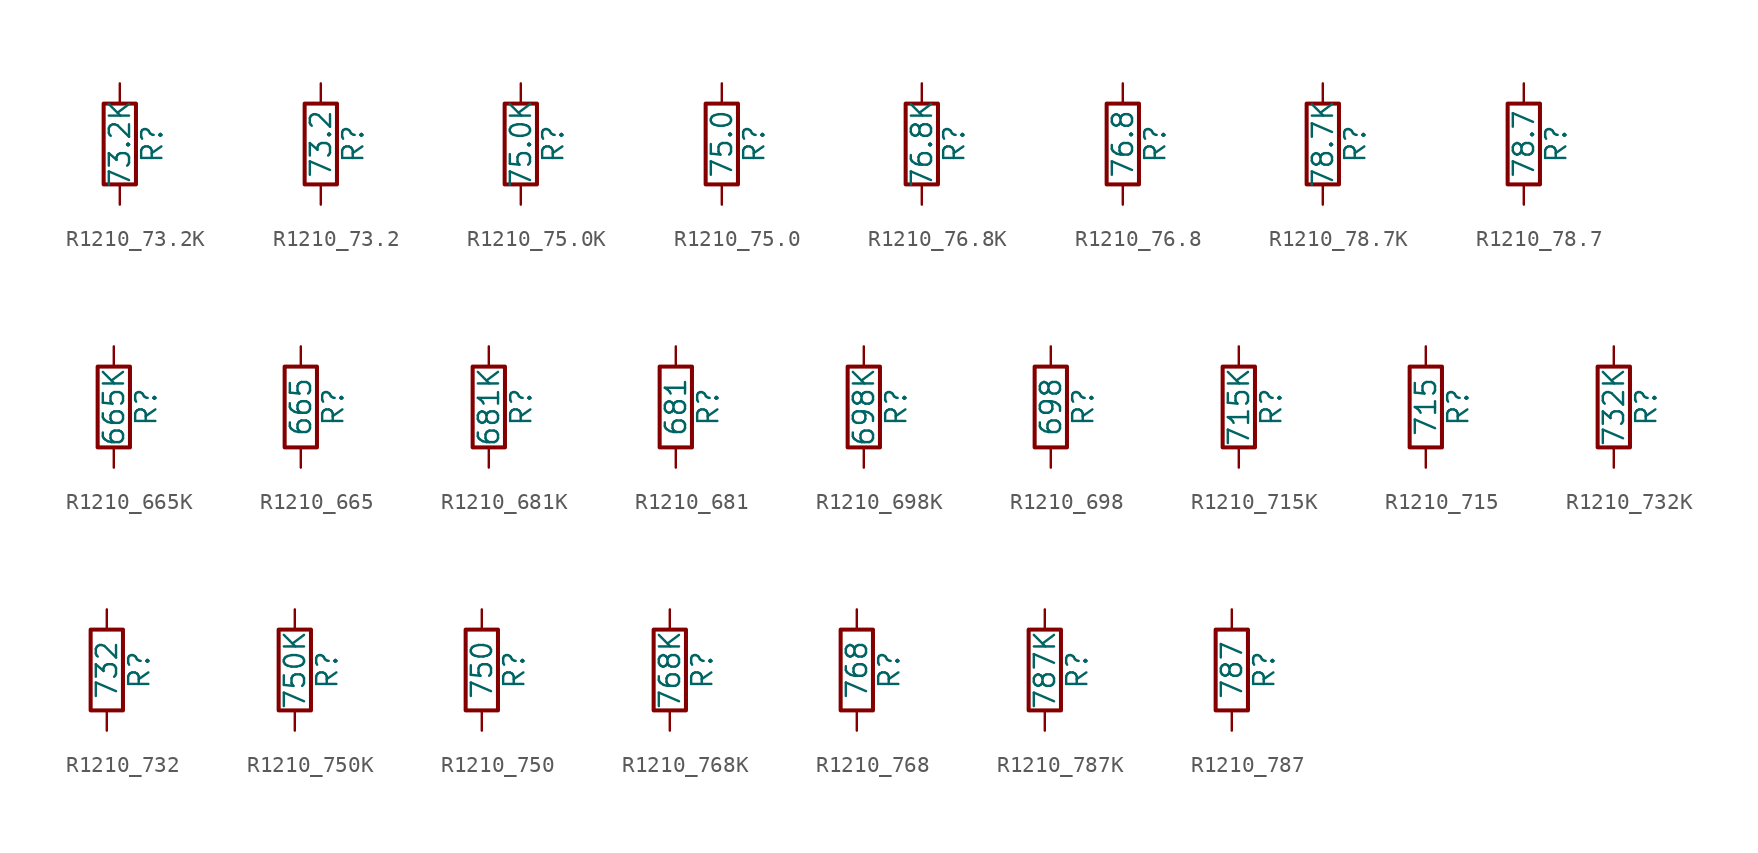
<source format=kicad_sym>
(kicad_symbol_lib
  (version 20211014)
  (generator atlantix-eda)
  (symbol "R1210_73.2K"
    (pin_numbers hide)
    (pin_names
      (offset 0))
    (property "Reference" "R"
      (at 2.032 0 90)
      (effects (font (size 1.27 1.27))))
    (property "Value" "73.2K"
      (at 0 0 90)
      (effects (font (size 1.27 1.27))))
    (symbol "R1210_73.2K_0_1"
      (rectangle (start -1.016 -2.54) (end 1.016 2.54) (stroke (width 0.254) (type default) (color 0 0 0 0)) (fill (type none))))
    (symbol "R1210_73.2K_1_1"
      (pin passive line (at 0 3.81 270) (length 1.27) (name "~" (effects (font (size 1.27 1.27)))) (number "1" (effects (font (size 1.27 1.27)))))
      (pin passive line (at 0 -3.81 90) (length 1.27) (name "~" (effects (font (size 1.27 1.27)))) (number "2" (effects (font (size 1.27 1.27)))))))
  (symbol "R1210_73.2"
    (pin_numbers hide)
    (pin_names
      (offset 0))
    (property "Reference" "R"
      (at 2.032 0 90)
      (effects (font (size 1.27 1.27))))
    (property "Value" "73.2"
      (at 0 0 90)
      (effects (font (size 1.27 1.27))))
    (symbol "R1210_73.2_0_1"
      (rectangle (start -1.016 -2.54) (end 1.016 2.54) (stroke (width 0.254) (type default) (color 0 0 0 0)) (fill (type none))))
    (symbol "R1210_73.2_1_1"
      (pin passive line (at 0 3.81 270) (length 1.27) (name "~" (effects (font (size 1.27 1.27)))) (number "1" (effects (font (size 1.27 1.27)))))
      (pin passive line (at 0 -3.81 90) (length 1.27) (name "~" (effects (font (size 1.27 1.27)))) (number "2" (effects (font (size 1.27 1.27)))))))
  (symbol "R1210_75.0K"
    (pin_numbers hide)
    (pin_names
      (offset 0))
    (property "Reference" "R"
      (at 2.032 0 90)
      (effects (font (size 1.27 1.27))))
    (property "Value" "75.0K"
      (at 0 0 90)
      (effects (font (size 1.27 1.27))))
    (symbol "R1210_75.0K_0_1"
      (rectangle (start -1.016 -2.54) (end 1.016 2.54) (stroke (width 0.254) (type default) (color 0 0 0 0)) (fill (type none))))
    (symbol "R1210_75.0K_1_1"
      (pin passive line (at 0 3.81 270) (length 1.27) (name "~" (effects (font (size 1.27 1.27)))) (number "1" (effects (font (size 1.27 1.27)))))
      (pin passive line (at 0 -3.81 90) (length 1.27) (name "~" (effects (font (size 1.27 1.27)))) (number "2" (effects (font (size 1.27 1.27)))))))
  (symbol "R1210_75.0"
    (pin_numbers hide)
    (pin_names
      (offset 0))
    (property "Reference" "R"
      (at 2.032 0 90)
      (effects (font (size 1.27 1.27))))
    (property "Value" "75.0"
      (at 0 0 90)
      (effects (font (size 1.27 1.27))))
    (symbol "R1210_75.0_0_1"
      (rectangle (start -1.016 -2.54) (end 1.016 2.54) (stroke (width 0.254) (type default) (color 0 0 0 0)) (fill (type none))))
    (symbol "R1210_75.0_1_1"
      (pin passive line (at 0 3.81 270) (length 1.27) (name "~" (effects (font (size 1.27 1.27)))) (number "1" (effects (font (size 1.27 1.27)))))
      (pin passive line (at 0 -3.81 90) (length 1.27) (name "~" (effects (font (size 1.27 1.27)))) (number "2" (effects (font (size 1.27 1.27)))))))
  (symbol "R1210_76.8K"
    (pin_numbers hide)
    (pin_names
      (offset 0))
    (property "Reference" "R"
      (at 2.032 0 90)
      (effects (font (size 1.27 1.27))))
    (property "Value" "76.8K"
      (at 0 0 90)
      (effects (font (size 1.27 1.27))))
    (symbol "R1210_76.8K_0_1"
      (rectangle (start -1.016 -2.54) (end 1.016 2.54) (stroke (width 0.254) (type default) (color 0 0 0 0)) (fill (type none))))
    (symbol "R1210_76.8K_1_1"
      (pin passive line (at 0 3.81 270) (length 1.27) (name "~" (effects (font (size 1.27 1.27)))) (number "1" (effects (font (size 1.27 1.27)))))
      (pin passive line (at 0 -3.81 90) (length 1.27) (name "~" (effects (font (size 1.27 1.27)))) (number "2" (effects (font (size 1.27 1.27)))))))
  (symbol "R1210_76.8"
    (pin_numbers hide)
    (pin_names
      (offset 0))
    (property "Reference" "R"
      (at 2.032 0 90)
      (effects (font (size 1.27 1.27))))
    (property "Value" "76.8"
      (at 0 0 90)
      (effects (font (size 1.27 1.27))))
    (symbol "R1210_76.8_0_1"
      (rectangle (start -1.016 -2.54) (end 1.016 2.54) (stroke (width 0.254) (type default) (color 0 0 0 0)) (fill (type none))))
    (symbol "R1210_76.8_1_1"
      (pin passive line (at 0 3.81 270) (length 1.27) (name "~" (effects (font (size 1.27 1.27)))) (number "1" (effects (font (size 1.27 1.27)))))
      (pin passive line (at 0 -3.81 90) (length 1.27) (name "~" (effects (font (size 1.27 1.27)))) (number "2" (effects (font (size 1.27 1.27)))))))
  (symbol "R1210_78.7K"
    (pin_numbers hide)
    (pin_names
      (offset 0))
    (property "Reference" "R"
      (at 2.032 0 90)
      (effects (font (size 1.27 1.27))))
    (property "Value" "78.7K"
      (at 0 0 90)
      (effects (font (size 1.27 1.27))))
    (symbol "R1210_78.7K_0_1"
      (rectangle (start -1.016 -2.54) (end 1.016 2.54) (stroke (width 0.254) (type default) (color 0 0 0 0)) (fill (type none))))
    (symbol "R1210_78.7K_1_1"
      (pin passive line (at 0 3.81 270) (length 1.27) (name "~" (effects (font (size 1.27 1.27)))) (number "1" (effects (font (size 1.27 1.27)))))
      (pin passive line (at 0 -3.81 90) (length 1.27) (name "~" (effects (font (size 1.27 1.27)))) (number "2" (effects (font (size 1.27 1.27)))))))
  (symbol "R1210_78.7"
    (pin_numbers hide)
    (pin_names
      (offset 0))
    (property "Reference" "R"
      (at 2.032 0 90)
      (effects (font (size 1.27 1.27))))
    (property "Value" "78.7"
      (at 0 0 90)
      (effects (font (size 1.27 1.27))))
    (symbol "R1210_78.7_0_1"
      (rectangle (start -1.016 -2.54) (end 1.016 2.54) (stroke (width 0.254) (type default) (color 0 0 0 0)) (fill (type none))))
    (symbol "R1210_78.7_1_1"
      (pin passive line (at 0 3.81 270) (length 1.27) (name "~" (effects (font (size 1.27 1.27)))) (number "1" (effects (font (size 1.27 1.27)))))
      (pin passive line (at 0 -3.81 90) (length 1.27) (name "~" (effects (font (size 1.27 1.27)))) (number "2" (effects (font (size 1.27 1.27)))))))
  (symbol "R1210_665K"
    (pin_numbers hide)
    (pin_names
      (offset 0))
    (property "Reference" "R"
      (at 2.032 0 90)
      (effects (font (size 1.27 1.27))))
    (property "Value" "665K"
      (at 0 0 90)
      (effects (font (size 1.27 1.27))))
    (symbol "R1210_665K_0_1"
      (rectangle (start -1.016 -2.54) (end 1.016 2.54) (stroke (width 0.254) (type default) (color 0 0 0 0)) (fill (type none))))
    (symbol "R1210_665K_1_1"
      (pin passive line (at 0 3.81 270) (length 1.27) (name "~" (effects (font (size 1.27 1.27)))) (number "1" (effects (font (size 1.27 1.27)))))
      (pin passive line (at 0 -3.81 90) (length 1.27) (name "~" (effects (font (size 1.27 1.27)))) (number "2" (effects (font (size 1.27 1.27)))))))
  (symbol "R1210_665"
    (pin_numbers hide)
    (pin_names
      (offset 0))
    (property "Reference" "R"
      (at 2.032 0 90)
      (effects (font (size 1.27 1.27))))
    (property "Value" "665"
      (at 0 0 90)
      (effects (font (size 1.27 1.27))))
    (symbol "R1210_665_0_1"
      (rectangle (start -1.016 -2.54) (end 1.016 2.54) (stroke (width 0.254) (type default) (color 0 0 0 0)) (fill (type none))))
    (symbol "R1210_665_1_1"
      (pin passive line (at 0 3.81 270) (length 1.27) (name "~" (effects (font (size 1.27 1.27)))) (number "1" (effects (font (size 1.27 1.27)))))
      (pin passive line (at 0 -3.81 90) (length 1.27) (name "~" (effects (font (size 1.27 1.27)))) (number "2" (effects (font (size 1.27 1.27)))))))
  (symbol "R1210_681K"
    (pin_numbers hide)
    (pin_names
      (offset 0))
    (property "Reference" "R"
      (at 2.032 0 90)
      (effects (font (size 1.27 1.27))))
    (property "Value" "681K"
      (at 0 0 90)
      (effects (font (size 1.27 1.27))))
    (symbol "R1210_681K_0_1"
      (rectangle (start -1.016 -2.54) (end 1.016 2.54) (stroke (width 0.254) (type default) (color 0 0 0 0)) (fill (type none))))
    (symbol "R1210_681K_1_1"
      (pin passive line (at 0 3.81 270) (length 1.27) (name "~" (effects (font (size 1.27 1.27)))) (number "1" (effects (font (size 1.27 1.27)))))
      (pin passive line (at 0 -3.81 90) (length 1.27) (name "~" (effects (font (size 1.27 1.27)))) (number "2" (effects (font (size 1.27 1.27)))))))
  (symbol "R1210_681"
    (pin_numbers hide)
    (pin_names
      (offset 0))
    (property "Reference" "R"
      (at 2.032 0 90)
      (effects (font (size 1.27 1.27))))
    (property "Value" "681"
      (at 0 0 90)
      (effects (font (size 1.27 1.27))))
    (symbol "R1210_681_0_1"
      (rectangle (start -1.016 -2.54) (end 1.016 2.54) (stroke (width 0.254) (type default) (color 0 0 0 0)) (fill (type none))))
    (symbol "R1210_681_1_1"
      (pin passive line (at 0 3.81 270) (length 1.27) (name "~" (effects (font (size 1.27 1.27)))) (number "1" (effects (font (size 1.27 1.27)))))
      (pin passive line (at 0 -3.81 90) (length 1.27) (name "~" (effects (font (size 1.27 1.27)))) (number "2" (effects (font (size 1.27 1.27)))))))
  (symbol "R1210_698K"
    (pin_numbers hide)
    (pin_names
      (offset 0))
    (property "Reference" "R"
      (at 2.032 0 90)
      (effects (font (size 1.27 1.27))))
    (property "Value" "698K"
      (at 0 0 90)
      (effects (font (size 1.27 1.27))))
    (symbol "R1210_698K_0_1"
      (rectangle (start -1.016 -2.54) (end 1.016 2.54) (stroke (width 0.254) (type default) (color 0 0 0 0)) (fill (type none))))
    (symbol "R1210_698K_1_1"
      (pin passive line (at 0 3.81 270) (length 1.27) (name "~" (effects (font (size 1.27 1.27)))) (number "1" (effects (font (size 1.27 1.27)))))
      (pin passive line (at 0 -3.81 90) (length 1.27) (name "~" (effects (font (size 1.27 1.27)))) (number "2" (effects (font (size 1.27 1.27)))))))
  (symbol "R1210_698"
    (pin_numbers hide)
    (pin_names
      (offset 0))
    (property "Reference" "R"
      (at 2.032 0 90)
      (effects (font (size 1.27 1.27))))
    (property "Value" "698"
      (at 0 0 90)
      (effects (font (size 1.27 1.27))))
    (symbol "R1210_698_0_1"
      (rectangle (start -1.016 -2.54) (end 1.016 2.54) (stroke (width 0.254) (type default) (color 0 0 0 0)) (fill (type none))))
    (symbol "R1210_698_1_1"
      (pin passive line (at 0 3.81 270) (length 1.27) (name "~" (effects (font (size 1.27 1.27)))) (number "1" (effects (font (size 1.27 1.27)))))
      (pin passive line (at 0 -3.81 90) (length 1.27) (name "~" (effects (font (size 1.27 1.27)))) (number "2" (effects (font (size 1.27 1.27)))))))
  (symbol "R1210_715K"
    (pin_numbers hide)
    (pin_names
      (offset 0))
    (property "Reference" "R"
      (at 2.032 0 90)
      (effects (font (size 1.27 1.27))))
    (property "Value" "715K"
      (at 0 0 90)
      (effects (font (size 1.27 1.27))))
    (symbol "R1210_715K_0_1"
      (rectangle (start -1.016 -2.54) (end 1.016 2.54) (stroke (width 0.254) (type default) (color 0 0 0 0)) (fill (type none))))
    (symbol "R1210_715K_1_1"
      (pin passive line (at 0 3.81 270) (length 1.27) (name "~" (effects (font (size 1.27 1.27)))) (number "1" (effects (font (size 1.27 1.27)))))
      (pin passive line (at 0 -3.81 90) (length 1.27) (name "~" (effects (font (size 1.27 1.27)))) (number "2" (effects (font (size 1.27 1.27)))))))
  (symbol "R1210_715"
    (pin_numbers hide)
    (pin_names
      (offset 0))
    (property "Reference" "R"
      (at 2.032 0 90)
      (effects (font (size 1.27 1.27))))
    (property "Value" "715"
      (at 0 0 90)
      (effects (font (size 1.27 1.27))))
    (symbol "R1210_715_0_1"
      (rectangle (start -1.016 -2.54) (end 1.016 2.54) (stroke (width 0.254) (type default) (color 0 0 0 0)) (fill (type none))))
    (symbol "R1210_715_1_1"
      (pin passive line (at 0 3.81 270) (length 1.27) (name "~" (effects (font (size 1.27 1.27)))) (number "1" (effects (font (size 1.27 1.27)))))
      (pin passive line (at 0 -3.81 90) (length 1.27) (name "~" (effects (font (size 1.27 1.27)))) (number "2" (effects (font (size 1.27 1.27)))))))
  (symbol "R1210_732K"
    (pin_numbers hide)
    (pin_names
      (offset 0))
    (property "Reference" "R"
      (at 2.032 0 90)
      (effects (font (size 1.27 1.27))))
    (property "Value" "732K"
      (at 0 0 90)
      (effects (font (size 1.27 1.27))))
    (symbol "R1210_732K_0_1"
      (rectangle (start -1.016 -2.54) (end 1.016 2.54) (stroke (width 0.254) (type default) (color 0 0 0 0)) (fill (type none))))
    (symbol "R1210_732K_1_1"
      (pin passive line (at 0 3.81 270) (length 1.27) (name "~" (effects (font (size 1.27 1.27)))) (number "1" (effects (font (size 1.27 1.27)))))
      (pin passive line (at 0 -3.81 90) (length 1.27) (name "~" (effects (font (size 1.27 1.27)))) (number "2" (effects (font (size 1.27 1.27)))))))
  (symbol "R1210_732"
    (pin_numbers hide)
    (pin_names
      (offset 0))
    (property "Reference" "R"
      (at 2.032 0 90)
      (effects (font (size 1.27 1.27))))
    (property "Value" "732"
      (at 0 0 90)
      (effects (font (size 1.27 1.27))))
    (symbol "R1210_732_0_1"
      (rectangle (start -1.016 -2.54) (end 1.016 2.54) (stroke (width 0.254) (type default) (color 0 0 0 0)) (fill (type none))))
    (symbol "R1210_732_1_1"
      (pin passive line (at 0 3.81 270) (length 1.27) (name "~" (effects (font (size 1.27 1.27)))) (number "1" (effects (font (size 1.27 1.27)))))
      (pin passive line (at 0 -3.81 90) (length 1.27) (name "~" (effects (font (size 1.27 1.27)))) (number "2" (effects (font (size 1.27 1.27)))))))
  (symbol "R1210_750K"
    (pin_numbers hide)
    (pin_names
      (offset 0))
    (property "Reference" "R"
      (at 2.032 0 90)
      (effects (font (size 1.27 1.27))))
    (property "Value" "750K"
      (at 0 0 90)
      (effects (font (size 1.27 1.27))))
    (symbol "R1210_750K_0_1"
      (rectangle (start -1.016 -2.54) (end 1.016 2.54) (stroke (width 0.254) (type default) (color 0 0 0 0)) (fill (type none))))
    (symbol "R1210_750K_1_1"
      (pin passive line (at 0 3.81 270) (length 1.27) (name "~" (effects (font (size 1.27 1.27)))) (number "1" (effects (font (size 1.27 1.27)))))
      (pin passive line (at 0 -3.81 90) (length 1.27) (name "~" (effects (font (size 1.27 1.27)))) (number "2" (effects (font (size 1.27 1.27)))))))
  (symbol "R1210_750"
    (pin_numbers hide)
    (pin_names
      (offset 0))
    (property "Reference" "R"
      (at 2.032 0 90)
      (effects (font (size 1.27 1.27))))
    (property "Value" "750"
      (at 0 0 90)
      (effects (font (size 1.27 1.27))))
    (symbol "R1210_750_0_1"
      (rectangle (start -1.016 -2.54) (end 1.016 2.54) (stroke (width 0.254) (type default) (color 0 0 0 0)) (fill (type none))))
    (symbol "R1210_750_1_1"
      (pin passive line (at 0 3.81 270) (length 1.27) (name "~" (effects (font (size 1.27 1.27)))) (number "1" (effects (font (size 1.27 1.27)))))
      (pin passive line (at 0 -3.81 90) (length 1.27) (name "~" (effects (font (size 1.27 1.27)))) (number "2" (effects (font (size 1.27 1.27)))))))
  (symbol "R1210_768K"
    (pin_numbers hide)
    (pin_names
      (offset 0))
    (property "Reference" "R"
      (at 2.032 0 90)
      (effects (font (size 1.27 1.27))))
    (property "Value" "768K"
      (at 0 0 90)
      (effects (font (size 1.27 1.27))))
    (symbol "R1210_768K_0_1"
      (rectangle (start -1.016 -2.54) (end 1.016 2.54) (stroke (width 0.254) (type default) (color 0 0 0 0)) (fill (type none))))
    (symbol "R1210_768K_1_1"
      (pin passive line (at 0 3.81 270) (length 1.27) (name "~" (effects (font (size 1.27 1.27)))) (number "1" (effects (font (size 1.27 1.27)))))
      (pin passive line (at 0 -3.81 90) (length 1.27) (name "~" (effects (font (size 1.27 1.27)))) (number "2" (effects (font (size 1.27 1.27)))))))
  (symbol "R1210_768"
    (pin_numbers hide)
    (pin_names
      (offset 0))
    (property "Reference" "R"
      (at 2.032 0 90)
      (effects (font (size 1.27 1.27))))
    (property "Value" "768"
      (at 0 0 90)
      (effects (font (size 1.27 1.27))))
    (symbol "R1210_768_0_1"
      (rectangle (start -1.016 -2.54) (end 1.016 2.54) (stroke (width 0.254) (type default) (color 0 0 0 0)) (fill (type none))))
    (symbol "R1210_768_1_1"
      (pin passive line (at 0 3.81 270) (length 1.27) (name "~" (effects (font (size 1.27 1.27)))) (number "1" (effects (font (size 1.27 1.27)))))
      (pin passive line (at 0 -3.81 90) (length 1.27) (name "~" (effects (font (size 1.27 1.27)))) (number "2" (effects (font (size 1.27 1.27)))))))
  (symbol "R1210_787K"
    (pin_numbers hide)
    (pin_names
      (offset 0))
    (property "Reference" "R"
      (at 2.032 0 90)
      (effects (font (size 1.27 1.27))))
    (property "Value" "787K"
      (at 0 0 90)
      (effects (font (size 1.27 1.27))))
    (symbol "R1210_787K_0_1"
      (rectangle (start -1.016 -2.54) (end 1.016 2.54) (stroke (width 0.254) (type default) (color 0 0 0 0)) (fill (type none))))
    (symbol "R1210_787K_1_1"
      (pin passive line (at 0 3.81 270) (length 1.27) (name "~" (effects (font (size 1.27 1.27)))) (number "1" (effects (font (size 1.27 1.27)))))
      (pin passive line (at 0 -3.81 90) (length 1.27) (name "~" (effects (font (size 1.27 1.27)))) (number "2" (effects (font (size 1.27 1.27)))))))
  (symbol "R1210_787"
    (pin_numbers hide)
    (pin_names
      (offset 0))
    (property "Reference" "R"
      (at 2.032 0 90)
      (effects (font (size 1.27 1.27))))
    (property "Value" "787"
      (at 0 0 90)
      (effects (font (size 1.27 1.27))))
    (symbol "R1210_787_0_1"
      (rectangle (start -1.016 -2.54) (end 1.016 2.54) (stroke (width 0.254) (type default) (color 0 0 0 0)) (fill (type none))))
    (symbol "R1210_787_1_1"
      (pin passive line (at 0 3.81 270) (length 1.27) (name "~" (effects (font (size 1.27 1.27)))) (number "1" (effects (font (size 1.27 1.27)))))
      (pin passive line (at 0 -3.81 90) (length 1.27) (name "~" (effects (font (size 1.27 1.27)))) (number "2" (effects (font (size 1.27 1.27))))))))
</source>
